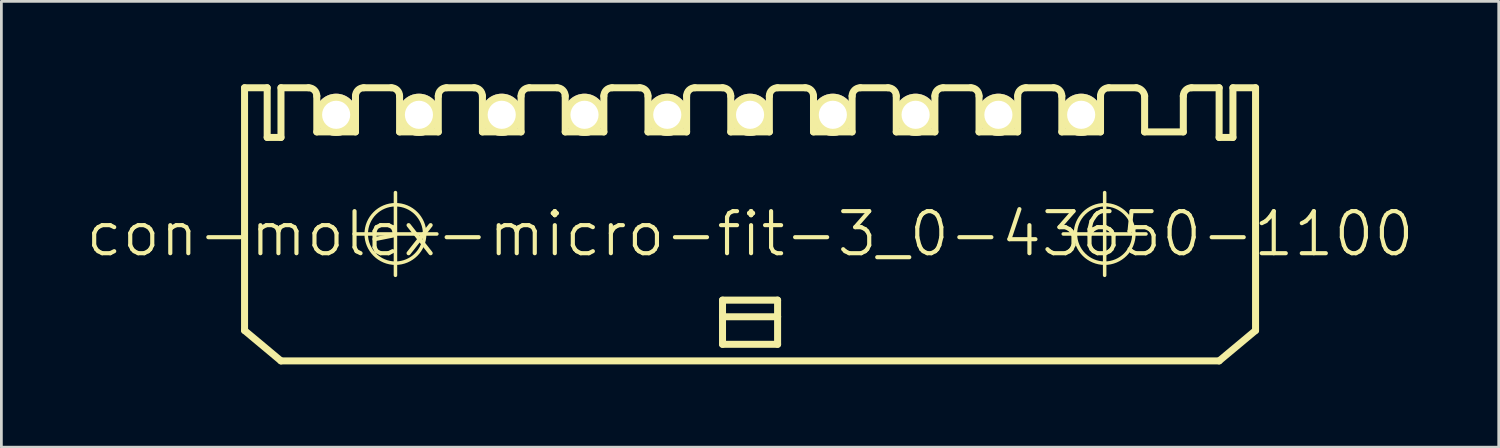
<source format=kicad_pcb>
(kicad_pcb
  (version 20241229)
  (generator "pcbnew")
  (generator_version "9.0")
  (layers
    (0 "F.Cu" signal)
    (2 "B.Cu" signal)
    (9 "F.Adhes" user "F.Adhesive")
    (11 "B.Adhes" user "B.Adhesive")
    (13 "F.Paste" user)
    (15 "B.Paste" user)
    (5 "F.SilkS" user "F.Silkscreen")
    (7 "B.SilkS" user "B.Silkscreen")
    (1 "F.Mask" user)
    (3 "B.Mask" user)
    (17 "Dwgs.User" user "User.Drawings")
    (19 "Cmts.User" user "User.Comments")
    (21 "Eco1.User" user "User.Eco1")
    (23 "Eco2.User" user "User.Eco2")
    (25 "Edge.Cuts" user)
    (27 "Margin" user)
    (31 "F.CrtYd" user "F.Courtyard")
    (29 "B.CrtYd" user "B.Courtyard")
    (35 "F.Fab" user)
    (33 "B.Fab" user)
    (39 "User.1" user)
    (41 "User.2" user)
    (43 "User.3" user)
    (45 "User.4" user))
  (footprint "con-molex-micro-fit-3_0-43650-1100"
    (layer "F.Cu")
    (at 24.13 5.428)
    (property "Reference" "con-molex-micro-fit-3_0-43650-1100" (at 0 0 0) (layer "F.SilkS") (effects (font (size 1.524 1.524) (thickness 0.15))))
    (attr exclude_from_pos_files exclude_from_bom)
    (fp_line (start -18.318 -5.298) (end -17.498 -5.298) (stroke (width 0.254) (type solid)) (layer "F.SilkS"))
    (fp_line (start -18.318 3.498) (end -18.318 -5.298) (stroke (width 0.254) (type solid)) (layer "F.SilkS"))
    (fp_line (start -18.318 3.498) (end -16.998 4.6) (stroke (width 0.254) (type solid)) (layer "F.SilkS"))
    (fp_line (start -17.498 -5.298) (end -17.498 -3.498) (stroke (width 0.254) (type solid)) (layer "F.SilkS"))
    (fp_line (start -17.498 -3.498) (end -16.998 -3.498) (stroke (width 0.254) (type solid)) (layer "F.SilkS"))
    (fp_line (start -16.998 -5.298) (end -15.999 -5.298) (stroke (width 0.254) (type solid)) (layer "F.SilkS"))
    (fp_line (start -16.998 -3.498) (end -16.998 -5.298) (stroke (width 0.254) (type solid)) (layer "F.SilkS"))
    (fp_line (start -15.7 -3.698) (end -15.7 -4.999) (stroke (width 0.254) (type solid)) (layer "F.SilkS"))
    (fp_line (start -15.7 -3.698) (end -14.298 -3.698) (stroke (width 0.254) (type solid)) (layer "F.SilkS"))
    (fp_line (start -14.348 0) (end -11.349 0) (stroke (width 0.127) (type solid)) (layer "F.SilkS"))
    (fp_line (start -14.298 -3.698) (end -14.298 -4.999) (stroke (width 0.254) (type solid)) (layer "F.SilkS"))
    (fp_line (start -13.998 -5.298) (end -13 -5.298) (stroke (width 0.254) (type solid)) (layer "F.SilkS"))
    (fp_line (start -12.85 1.499) (end -12.85 -1.499) (stroke (width 0.127) (type solid)) (layer "F.SilkS"))
    (fp_line (start -12.7 -3.698) (end -12.7 -4.999) (stroke (width 0.254) (type solid)) (layer "F.SilkS"))
    (fp_line (start -12.7 -3.698) (end -11.298 -3.698) (stroke (width 0.254) (type solid)) (layer "F.SilkS"))
    (fp_line (start -11.298 -3.698) (end -11.298 -4.999) (stroke (width 0.254) (type solid)) (layer "F.SilkS"))
    (fp_line (start -10.998 -5.298) (end -10 -5.298) (stroke (width 0.254) (type solid)) (layer "F.SilkS"))
    (fp_line (start -9.698 -3.698) (end -9.698 -4.999) (stroke (width 0.254) (type solid)) (layer "F.SilkS"))
    (fp_line (start -9.698 -3.698) (end -8.298 -3.698) (stroke (width 0.254) (type solid)) (layer "F.SilkS"))
    (fp_line (start -8.298 -3.698) (end -8.298 -4.999) (stroke (width 0.254) (type solid)) (layer "F.SilkS"))
    (fp_line (start -7.998 -5.298) (end -6.998 -5.298) (stroke (width 0.254) (type solid)) (layer "F.SilkS"))
    (fp_line (start -6.698 -3.698) (end -6.698 -4.999) (stroke (width 0.254) (type solid)) (layer "F.SilkS"))
    (fp_line (start -6.698 -3.698) (end -5.298 -3.698) (stroke (width 0.254) (type solid)) (layer "F.SilkS"))
    (fp_line (start -5.298 -3.698) (end -5.298 -4.999) (stroke (width 0.254) (type solid)) (layer "F.SilkS"))
    (fp_line (start -4.999 -5.298) (end -3.998 -5.298) (stroke (width 0.254) (type solid)) (layer "F.SilkS"))
    (fp_line (start -3.698 -3.698) (end -3.698 -4.999) (stroke (width 0.254) (type solid)) (layer "F.SilkS"))
    (fp_line (start -3.698 -3.698) (end -2.299 -3.698) (stroke (width 0.254) (type solid)) (layer "F.SilkS"))
    (fp_line (start -2.299 -3.698) (end -2.299 -4.999) (stroke (width 0.254) (type solid)) (layer "F.SilkS"))
    (fp_line (start -1.999 -5.298) (end -0.998 -5.298) (stroke (width 0.254) (type solid)) (layer "F.SilkS"))
    (fp_line (start -0.998 2.398) (end 0.998 2.398) (stroke (width 0.254) (type solid)) (layer "F.SilkS"))
    (fp_line (start -0.998 3) (end -0.998 2.398) (stroke (width 0.254) (type solid)) (layer "F.SilkS"))
    (fp_line (start -0.998 3) (end 0.998 3) (stroke (width 0.254) (type solid)) (layer "F.SilkS"))
    (fp_line (start -0.998 3.998) (end -0.998 3) (stroke (width 0.254) (type solid)) (layer "F.SilkS"))
    (fp_line (start -0.699 -3.698) (end -0.699 -4.999) (stroke (width 0.254) (type solid)) (layer "F.SilkS"))
    (fp_line (start -0.699 -3.698) (end 0.699 -3.698) (stroke (width 0.254) (type solid)) (layer "F.SilkS"))
    (fp_line (start 0.699 -3.698) (end 0.699 -4.999) (stroke (width 0.254) (type solid)) (layer "F.SilkS"))
    (fp_line (start 0.998 -5.298) (end 1.999 -5.298) (stroke (width 0.254) (type solid)) (layer "F.SilkS"))
    (fp_line (start 0.998 2.398) (end 0.998 3) (stroke (width 0.254) (type solid)) (layer "F.SilkS"))
    (fp_line (start 0.998 3) (end 0.998 3.998) (stroke (width 0.254) (type solid)) (layer "F.SilkS"))
    (fp_line (start 0.998 3.998) (end -0.998 3.998) (stroke (width 0.254) (type solid)) (layer "F.SilkS"))
    (fp_line (start 2.299 -3.698) (end 2.299 -4.999) (stroke (width 0.254) (type solid)) (layer "F.SilkS"))
    (fp_line (start 2.299 -3.698) (end 3.698 -3.698) (stroke (width 0.254) (type solid)) (layer "F.SilkS"))
    (fp_line (start 3.698 -3.698) (end 3.698 -4.999) (stroke (width 0.254) (type solid)) (layer "F.SilkS"))
    (fp_line (start 3.998 -5.298) (end 4.999 -5.298) (stroke (width 0.254) (type solid)) (layer "F.SilkS"))
    (fp_line (start 5.298 -3.698) (end 5.298 -4.999) (stroke (width 0.254) (type solid)) (layer "F.SilkS"))
    (fp_line (start 5.298 -3.698) (end 6.698 -3.698) (stroke (width 0.254) (type solid)) (layer "F.SilkS"))
    (fp_line (start 6.698 -3.698) (end 6.698 -4.999) (stroke (width 0.254) (type solid)) (layer "F.SilkS"))
    (fp_line (start 6.998 -5.298) (end 7.998 -5.298) (stroke (width 0.254) (type solid)) (layer "F.SilkS"))
    (fp_line (start 8.298 -3.698) (end 8.298 -4.999) (stroke (width 0.254) (type solid)) (layer "F.SilkS"))
    (fp_line (start 8.298 -3.698) (end 9.698 -3.698) (stroke (width 0.254) (type solid)) (layer "F.SilkS"))
    (fp_line (start 9.698 -3.698) (end 9.698 -4.999) (stroke (width 0.254) (type solid)) (layer "F.SilkS"))
    (fp_line (start 10 -5.298) (end 10.998 -5.298) (stroke (width 0.254) (type solid)) (layer "F.SilkS"))
    (fp_line (start 11.298 -3.698) (end 11.298 -4.999) (stroke (width 0.254) (type solid)) (layer "F.SilkS"))
    (fp_line (start 11.298 -3.698) (end 12.7 -3.698) (stroke (width 0.254) (type solid)) (layer "F.SilkS"))
    (fp_line (start 11.349 0) (end 14.348 0) (stroke (width 0.127) (type solid)) (layer "F.SilkS"))
    (fp_line (start 12.7 -3.698) (end 12.7 -4.999) (stroke (width 0.254) (type solid)) (layer "F.SilkS"))
    (fp_line (start 12.85 1.499) (end 12.85 -1.499) (stroke (width 0.127) (type solid)) (layer "F.SilkS"))
    (fp_line (start 13 -5.298) (end 13.998 -5.298) (stroke (width 0.254) (type solid)) (layer "F.SilkS"))
    (fp_line (start 14.298 -4.999) (end 14.298 -3.698) (stroke (width 0.254) (type solid)) (layer "F.SilkS"))
    (fp_line (start 14.298 -3.698) (end 15.7 -3.698) (stroke (width 0.254) (type solid)) (layer "F.SilkS"))
    (fp_line (start 15.7 -3.698) (end 15.7 -4.999) (stroke (width 0.254) (type solid)) (layer "F.SilkS"))
    (fp_line (start 15.999 -5.298) (end 16.998 -5.298) (stroke (width 0.254) (type solid)) (layer "F.SilkS"))
    (fp_line (start 16.998 -3.498) (end 16.998 -5.298) (stroke (width 0.254) (type solid)) (layer "F.SilkS"))
    (fp_line (start 16.998 4.6) (end -16.998 4.6) (stroke (width 0.254) (type solid)) (layer "F.SilkS"))
    (fp_line (start 17.498 -5.298) (end 17.498 -3.498) (stroke (width 0.254) (type solid)) (layer "F.SilkS"))
    (fp_line (start 17.498 -5.298) (end 18.318 -5.298) (stroke (width 0.254) (type solid)) (layer "F.SilkS"))
    (fp_line (start 17.498 -3.498) (end 16.998 -3.498) (stroke (width 0.254) (type solid)) (layer "F.SilkS"))
    (fp_line (start 18.318 -5.298) (end 18.318 3.498) (stroke (width 0.254) (type solid)) (layer "F.SilkS"))
    (fp_line (start 18.318 3.498) (end 16.998 4.6) (stroke (width 0.254) (type solid)) (layer "F.SilkS"))
    (fp_arc (start -15.99946 -5.29844) (mid -15.787526 -5.210654) (end -15.69974 -4.99872) (stroke (width 0.254) (type solid)) (layer "F.SilkS"))
    (fp_arc (start -14.29766 -4.99872) (mid -14.209874 -5.210654) (end -13.99794 -5.29844) (stroke (width 0.254) (type solid)) (layer "F.SilkS"))
    (fp_arc (start -12.99972 -5.29844) (mid -12.787786 -5.210654) (end -12.7 -4.99872) (stroke (width 0.254) (type solid)) (layer "F.SilkS"))
    (fp_arc (start -11.29792 -4.99872) (mid -11.210134 -5.210654) (end -10.9982 -5.29844) (stroke (width 0.254) (type solid)) (layer "F.SilkS"))
    (fp_arc (start -9.99998 -5.29844) (mid -9.788046 -5.210654) (end -9.70026 -4.99872) (stroke (width 0.254) (type solid)) (layer "F.SilkS"))
    (fp_arc (start -8.29818 -4.99872) (mid -8.210394 -5.210654) (end -7.99846 -5.29844) (stroke (width 0.254) (type solid)) (layer "F.SilkS"))
    (fp_arc (start -6.9977 -5.29844) (mid -6.785766 -5.210654) (end -6.69798 -4.99872) (stroke (width 0.254) (type solid)) (layer "F.SilkS"))
    (fp_arc (start -5.29844 -4.99872) (mid -5.210654 -5.210654) (end -4.99872 -5.29844) (stroke (width 0.254) (type solid)) (layer "F.SilkS"))
    (fp_arc (start -3.99796 -5.29844) (mid -3.786026 -5.210654) (end -3.69824 -4.99872) (stroke (width 0.254) (type solid)) (layer "F.SilkS"))
    (fp_arc (start -2.2987 -4.99872) (mid -2.210914 -5.210654) (end -1.99898 -5.29844) (stroke (width 0.254) (type solid)) (layer "F.SilkS"))
    (fp_arc (start -0.99822 -5.29844) (mid -0.786286 -5.210654) (end -0.6985 -4.99872) (stroke (width 0.254) (type solid)) (layer "F.SilkS"))
    (fp_arc (start 0.6985 -4.99872) (mid 0.786286 -5.210654) (end 0.99822 -5.29844) (stroke (width 0.254) (type solid)) (layer "F.SilkS"))
    (fp_arc (start 1.99898 -5.29844) (mid 2.210914 -5.210654) (end 2.2987 -4.99872) (stroke (width 0.254) (type solid)) (layer "F.SilkS"))
    (fp_arc (start 3.69824 -4.99872) (mid 3.786026 -5.210654) (end 3.99796 -5.29844) (stroke (width 0.254) (type solid)) (layer "F.SilkS"))
    (fp_arc (start 4.99872 -5.29844) (mid 5.210654 -5.210654) (end 5.29844 -4.99872) (stroke (width 0.254) (type solid)) (layer "F.SilkS"))
    (fp_arc (start 6.69798 -4.99872) (mid 6.785766 -5.210654) (end 6.9977 -5.29844) (stroke (width 0.254) (type solid)) (layer "F.SilkS"))
    (fp_arc (start 7.99846 -5.29844) (mid 8.210394 -5.210654) (end 8.29818 -4.99872) (stroke (width 0.254) (type solid)) (layer "F.SilkS"))
    (fp_arc (start 9.69772 -4.99872) (mid 9.78625 -5.21245) (end 9.99998 -5.30098) (stroke (width 0.254) (type solid)) (layer "F.SilkS"))
    (fp_arc (start 10.9982 -5.29844) (mid 11.210134 -5.210654) (end 11.29792 -4.99872) (stroke (width 0.254) (type solid)) (layer "F.SilkS"))
    (fp_arc (start 12.7 -4.99872) (mid 12.787786 -5.210654) (end 12.99972 -5.29844) (stroke (width 0.254) (type solid)) (layer "F.SilkS"))
    (fp_arc (start 13.99794 -5.29844) (mid 14.198513 -5.199466) (end 14.299656 -4.999979) (stroke (width 0.254) (type solid)) (layer "F.SilkS"))
    (fp_arc (start 15.69974 -4.99872) (mid 15.787526 -5.210654) (end 15.99946 -5.29844) (stroke (width 0.254) (type solid)) (layer "F.SilkS"))
    (fp_circle (center -12.85 0) (end -13.599 0.749) (stroke (width 0.127) (type solid)) (fill no) (layer "F.SilkS"))
    (fp_circle (center 12.85 0) (end 13.599 0.749) (stroke (width 0.127) (type solid)) (fill no) (layer "F.SilkS"))
    (pad "P$1" thru_hole rect (at 14.999 -4.318) (size 0.001 0.001) (drill 1.019) (layers "*.Cu" "F.Mask" "F.SilkS" "F.Paste"))
    (pad "P$2" thru_hole circle (at 11.999 -4.318) (size 1.529 1.529) (drill 1.019) (layers "*.Cu" "F.Mask" "F.SilkS" "F.Paste"))
    (pad "P$3" thru_hole circle (at 8.999 -4.318) (size 1.529 1.529) (drill 1.019) (layers "*.Cu" "F.Mask" "F.SilkS" "F.Paste"))
    (pad "P$4" thru_hole circle (at 5.999 -4.318) (size 1.529 1.529) (drill 1.019) (layers "*.Cu" "F.Mask" "F.SilkS" "F.Paste"))
    (pad "P$5" thru_hole circle (at 3 -4.318) (size 1.529 1.529) (drill 1.019) (layers "*.Cu" "F.Mask" "F.SilkS" "F.Paste"))
    (pad "P$6" thru_hole circle (at 0 -4.318) (size 1.529 1.529) (drill 1.019) (layers "*.Cu" "F.Mask" "F.SilkS" "F.Paste"))
    (pad "P$7" thru_hole circle (at -3 -4.318) (size 1.529 1.529) (drill 1.019) (layers "*.Cu" "F.Mask" "F.SilkS" "F.Paste"))
    (pad "P$8" thru_hole circle (at -5.999 -4.318) (size 1.529 1.529) (drill 1.019) (layers "*.Cu" "F.Mask" "F.SilkS" "F.Paste"))
    (pad "P$9" thru_hole circle (at -8.999 -4.318) (size 1.529 1.529) (drill 1.019) (layers "*.Cu" "F.Mask" "F.SilkS" "F.Paste"))
    (pad "P$10" thru_hole circle (at -11.999 -4.318) (size 1.529 1.529) (drill 1.019) (layers "*.Cu" "F.Mask" "F.SilkS" "F.Paste"))
    (pad "P$11" thru_hole circle (at -14.999 -4.318) (size 1.529 1.529) (drill 1.019) (layers "*.Cu" "F.Mask" "F.SilkS" "F.Paste")))
  (gr_rect
    (start -3 -3)
    (end 51.26 13.155)
    (stroke (width 0.1) (type default))
    (fill no)
    (layer "Edge.Cuts")))
</source>
